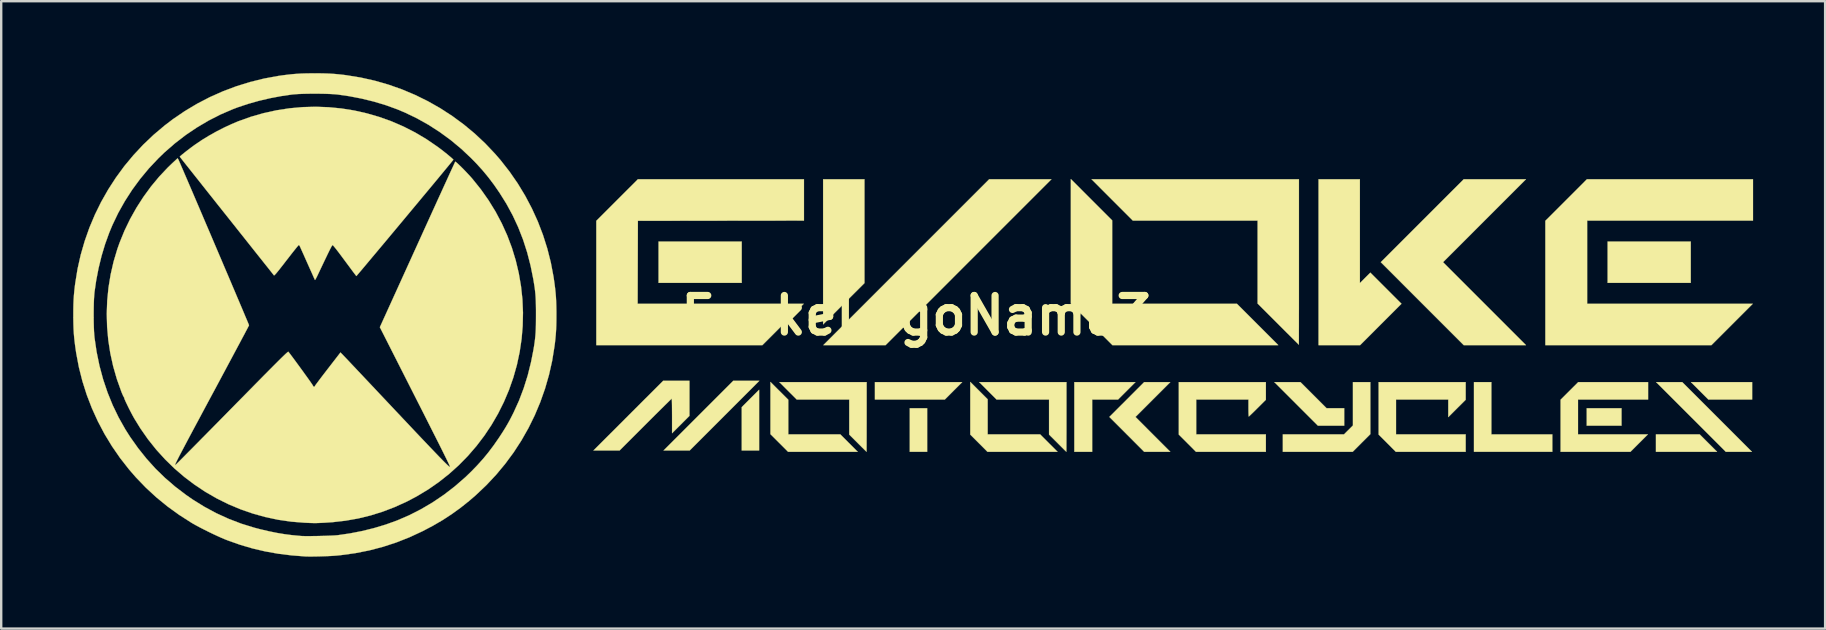
<source format=kicad_pcb>
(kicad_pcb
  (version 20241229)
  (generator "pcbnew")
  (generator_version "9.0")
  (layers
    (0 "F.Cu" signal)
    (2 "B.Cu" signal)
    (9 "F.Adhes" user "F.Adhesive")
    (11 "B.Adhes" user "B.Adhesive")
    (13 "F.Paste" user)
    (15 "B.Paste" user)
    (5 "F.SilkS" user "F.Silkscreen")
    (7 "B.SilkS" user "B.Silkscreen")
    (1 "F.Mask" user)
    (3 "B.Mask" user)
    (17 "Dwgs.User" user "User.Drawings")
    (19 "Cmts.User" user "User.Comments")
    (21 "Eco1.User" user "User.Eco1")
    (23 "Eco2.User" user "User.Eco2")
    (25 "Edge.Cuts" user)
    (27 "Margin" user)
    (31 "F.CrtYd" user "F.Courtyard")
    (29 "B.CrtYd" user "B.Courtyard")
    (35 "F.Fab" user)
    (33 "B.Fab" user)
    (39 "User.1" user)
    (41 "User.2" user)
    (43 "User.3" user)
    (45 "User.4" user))
  (footprint "EvokeLogoName3"
    (layer "F.Cu")
    (at 35.154 10.099)
    (property "Reference" "EvokeLogoName3" (at 0 0 0) (layer "F.SilkS") (effects (font (size 1.524 1.524) (thickness 0.3))))
    (attr through_hole)
    (fp_poly (pts (xy -7.293 -1.361) (xy -10.759 -1.361) (xy -10.759 -3.084) (xy -7.293 -3.084) (xy -7.293 -1.361)) (stroke (width 0.01) (type solid)) (fill yes) (layer "F.SilkS"))
    (fp_poly (pts (xy 0.435 5.679) (xy -0.29 5.679) (xy -0.29 3.864) (xy 0.435 3.864) (xy 0.435 5.679)) (stroke (width 0.01) (type solid)) (fill yes) (layer "F.SilkS"))
    (fp_poly (pts (xy 29.373 4.59) (xy 27.922 4.59) (xy 27.922 3.864) (xy 29.373 3.864) (xy 29.373 4.59)) (stroke (width 0.01) (type solid)) (fill yes) (layer "F.SilkS"))
    (fp_poly (pts (xy 32.258 -1.361) (xy 28.793 -1.361) (xy 28.793 -3.084) (xy 32.258 -3.084) (xy 32.258 -1.361)) (stroke (width 0.01) (type solid)) (fill yes) (layer "F.SilkS"))
    (fp_poly (pts (xy 33.355 5.679) (xy 30.807 5.679) (xy 30.807 4.953) (xy 32.63 4.953) (xy 33.355 5.679)) (stroke (width 0.01) (type solid)) (fill yes) (layer "F.SilkS"))
    (fp_poly (pts (xy 34.816 3.502) (xy 32.992 3.502) (xy 32.267 2.776) (xy 34.816 2.776) (xy 34.816 3.502)) (stroke (width 0.01) (type solid)) (fill yes) (layer "F.SilkS"))
    (fp_poly (pts (xy -6.568 5.624) (xy -7.293 5.624) (xy -7.293 3.819) (xy -6.931 3.456) (xy -6.568 3.094) (xy -6.568 5.624)) (stroke (width 0.01) (type solid)) (fill yes) (layer "F.SilkS"))
    (fp_poly (pts (xy -2.177 -1.351) (xy -3.039 -0.49) (xy -3.901 0.372) (xy -3.901 -5.679) (xy -2.177 -5.679) (xy -2.177 -1.351)) (stroke (width 0.01) (type solid)) (fill yes) (layer "F.SilkS"))
    (fp_poly (pts (xy 1.533 3.139) (xy 1.171 3.502) (xy -1.742 3.502) (xy -1.742 2.776) (xy 1.896 2.776) (xy 1.533 3.139)) (stroke (width 0.01) (type solid)) (fill yes) (layer "F.SilkS"))
    (fp_poly (pts (xy -8.01 4.173) (xy -9.461 5.624) (xy -10.55 5.624) (xy -9.099 4.173) (xy -7.647 2.721) (xy -6.559 2.721) (xy -8.01 4.173)) (stroke (width 0.01) (type solid)) (fill yes) (layer "F.SilkS"))
    (fp_poly (pts (xy 2.159 -2.223) (xy -1.297 1.234) (xy -3.892 1.234) (xy -0.435 -2.223) (xy 3.021 -5.679) (xy 5.615 -5.679) (xy 2.159 -2.223)) (stroke (width 0.01) (type solid)) (fill yes) (layer "F.SilkS"))
    (fp_poly (pts (xy 8.391 3.502) (xy 7.312 3.502) (xy 7.312 5.679) (xy 6.568 5.679) (xy 6.568 2.776) (xy 9.116 2.776) (xy 8.391 3.502)) (stroke (width 0.01) (type solid)) (fill yes) (layer "F.SilkS"))
    (fp_poly (pts (xy 17.081 3.864) (xy 17.816 3.864) (xy 17.816 4.59) (xy 16.719 4.59) (xy 14.904 2.776) (xy 15.993 2.776) (xy 17.081 3.864)) (stroke (width 0.01) (type solid)) (fill yes) (layer "F.SilkS"))
    (fp_poly (pts (xy 23.949 4.953) (xy 26.489 4.953) (xy 26.489 5.679) (xy 23.223 5.679) (xy 23.223 2.776) (xy 23.949 2.776) (xy 23.949 4.953)) (stroke (width 0.01) (type solid)) (fill yes) (layer "F.SilkS"))
    (fp_poly (pts (xy 33.356 4.227) (xy 34.807 5.679) (xy 33.718 5.679) (xy 32.267 4.227) (xy 30.816 2.776) (xy 31.904 2.776) (xy 33.356 4.227)) (stroke (width 0.01) (type solid)) (fill yes) (layer "F.SilkS"))
    (fp_poly (pts (xy 2.957 3.492) (xy 2.957 4.953) (xy 5.144 4.953) (xy 5.869 5.679) (xy 2.948 5.679) (xy 2.59 5.32) (xy 2.232 4.962) (xy 2.232 2.767) (xy 2.957 3.492)) (stroke (width 0.01) (type solid)) (fill yes) (layer "F.SilkS"))
    (fp_poly (pts (xy 18.469 -1.352) (xy 18.905 -1.787) (xy 20.202 -0.49) (xy 19.34 0.372) (xy 18.479 1.234) (xy 16.746 1.234) (xy 16.746 -5.679) (xy 18.469 -5.679) (xy 18.469 -1.352)) (stroke (width 0.01) (type solid)) (fill yes) (layer "F.SilkS"))
    (fp_poly (pts (xy -5.724 3.139) (xy -5.352 3.51) (xy -5.352 4.953) (xy -3.184 4.953) (xy -2.459 5.679) (xy -5.362 5.679) (xy -5.729 5.311) (xy -6.096 4.944) (xy -6.096 2.767) (xy -5.724 3.139)) (stroke (width 0.01) (type solid)) (fill yes) (layer "F.SilkS"))
    (fp_poly (pts (xy 9.842 3.502) (xy 9.117 4.227) (xy 10.568 5.679) (xy 9.479 5.679) (xy 8.754 4.953) (xy 8.028 4.227) (xy 8.754 3.502) (xy 9.479 2.776) (xy 10.568 2.776) (xy 9.842 3.502)) (stroke (width 0.01) (type solid)) (fill yes) (layer "F.SilkS"))
    (fp_poly (pts (xy 18.905 4.944) (xy 18.537 5.311) (xy 18.17 5.679) (xy 15.258 5.679) (xy 15.258 4.953) (xy 17.807 4.953) (xy 18.179 4.582) (xy 18.179 2.776) (xy 18.905 2.776) (xy 18.905 4.944)) (stroke (width 0.01) (type solid)) (fill yes) (layer "F.SilkS"))
    (fp_poly (pts (xy 7.284 -4.826) (xy 8.146 -3.964) (xy 8.146 -0.49) (xy 13.344 -0.49) (xy 14.206 0.372) (xy 15.068 1.234) (xy 8.155 1.234) (xy 7.289 0.367) (xy 6.423 -0.499) (xy 6.423 -5.688) (xy 7.284 -4.826)) (stroke (width 0.01) (type solid)) (fill yes) (layer "F.SilkS"))
    (fp_poly (pts (xy 23.663 -3.951) (xy 21.935 -2.222) (xy 23.663 -0.494) (xy 25.391 1.234) (xy 22.796 1.234) (xy 21.068 -0.494) (xy 19.34 -2.223) (xy 21.068 -3.951) (xy 22.797 -5.679) (xy 25.391 -5.679) (xy 23.663 -3.951)) (stroke (width 0.01) (type solid)) (fill yes) (layer "F.SilkS"))
    (fp_poly (pts (xy 30.48 3.502) (xy 27.559 3.502) (xy 27.559 4.953) (xy 30.471 4.953) (xy 30.108 5.316) (xy 29.746 5.679) (xy 26.833 5.679) (xy 26.833 3.51) (xy 27.568 2.776) (xy 30.48 2.776) (xy 30.48 3.502)) (stroke (width 0.01) (type solid)) (fill yes) (layer "F.SilkS"))
    (fp_poly (pts (xy 34.852 -3.955) (xy 27.94 -3.955) (xy 27.94 -0.49) (xy 34.843 -0.49) (xy 33.982 0.372) (xy 33.12 1.234) (xy 26.198 1.234) (xy 26.198 -3.946) (xy 27.065 -4.812) (xy 27.931 -5.679) (xy 34.852 -5.679) (xy 34.852 -3.955)) (stroke (width 0.01) (type solid)) (fill yes) (layer "F.SilkS"))
    (fp_poly (pts (xy 22.878 3.511) (xy 22.152 4.236) (xy 22.152 3.502) (xy 19.975 3.502) (xy 19.975 4.953) (xy 22.878 4.953) (xy 22.878 5.679) (xy 19.966 5.679) (xy 19.608 5.32) (xy 19.25 4.962) (xy 19.25 2.776) (xy 22.878 2.776) (xy 22.878 3.511)) (stroke (width 0.01) (type solid)) (fill yes) (layer "F.SilkS"))
    (fp_poly (pts (xy -4.699 -3.955) (xy -8.16 -3.951) (xy -11.62 -3.946) (xy -11.625 -2.218) (xy -11.63 -0.49) (xy -4.708 -0.49) (xy -5.57 0.372) (xy -6.431 1.234) (xy -13.353 1.234) (xy -13.353 -3.946) (xy -12.487 -4.812) (xy -11.62 -5.679) (xy -4.699 -5.679) (xy -4.699 -3.955)) (stroke (width 0.01) (type solid)) (fill yes) (layer "F.SilkS"))
    (fp_poly (pts (xy -2.086 4.227) (xy -2.086 4.453) (xy -2.087 4.668) (xy -2.087 4.87) (xy -2.087 5.056) (xy -2.088 5.222) (xy -2.088 5.367) (xy -2.089 5.488) (xy -2.089 5.581) (xy -2.09 5.645) (xy -2.091 5.676) (xy -2.091 5.679) (xy -2.105 5.666) (xy -2.14 5.632) (xy -2.195 5.578) (xy -2.266 5.508) (xy -2.349 5.425) (xy -2.441 5.333) (xy -2.454 5.32) (xy -2.812 4.962) (xy -2.812 3.502) (xy -4.999 3.502) (xy -5.724 2.776) (xy -2.086 2.776) (xy -2.086 4.227)) (stroke (width 0.01) (type solid)) (fill yes) (layer "F.SilkS"))
    (fp_poly (pts (xy 6.241 4.227) (xy 6.241 4.453) (xy 6.241 4.668) (xy 6.241 4.87) (xy 6.24 5.056) (xy 6.24 5.222) (xy 6.239 5.367) (xy 6.239 5.488) (xy 6.238 5.581) (xy 6.237 5.645) (xy 6.237 5.676) (xy 6.236 5.679) (xy 6.223 5.666) (xy 6.187 5.632) (xy 6.132 5.578) (xy 6.062 5.508) (xy 5.979 5.425) (xy 5.887 5.333) (xy 5.874 5.32) (xy 5.515 4.962) (xy 5.515 3.502) (xy 3.329 3.502) (xy 2.604 2.776) (xy 6.241 2.776) (xy 6.241 4.227)) (stroke (width 0.01) (type solid)) (fill yes) (layer "F.SilkS"))
    (fp_poly (pts (xy 14.551 3.511) (xy 14.201 3.86) (xy 14.109 3.952) (xy 14.025 4.035) (xy 13.952 4.105) (xy 13.895 4.16) (xy 13.856 4.196) (xy 13.839 4.209) (xy 13.838 4.209) (xy 13.834 4.192) (xy 13.831 4.144) (xy 13.828 4.071) (xy 13.826 3.978) (xy 13.825 3.87) (xy 13.825 3.855) (xy 13.825 3.502) (xy 11.648 3.502) (xy 11.648 4.953) (xy 14.551 4.953) (xy 14.551 5.679) (xy 11.638 5.679) (xy 11.28 5.32) (xy 10.922 4.962) (xy 10.922 2.776) (xy 14.551 2.776) (xy 14.551 3.511)) (stroke (width 0.01) (type solid)) (fill yes) (layer "F.SilkS"))
    (fp_poly (pts (xy -9.471 4.182) (xy -9.833 4.545) (xy -10.196 4.907) (xy -10.196 4.186) (xy -10.197 4.029) (xy -10.198 3.883) (xy -10.199 3.753) (xy -10.201 3.642) (xy -10.203 3.555) (xy -10.206 3.496) (xy -10.209 3.467) (xy -10.21 3.465) (xy -10.225 3.478) (xy -10.263 3.514) (xy -10.323 3.572) (xy -10.403 3.651) (xy -10.501 3.747) (xy -10.615 3.86) (xy -10.744 3.988) (xy -10.885 4.127) (xy -11.036 4.278) (xy -11.195 4.437) (xy -11.303 4.545) (xy -12.382 5.624) (xy -13.471 5.624) (xy -12.02 4.173) (xy -10.568 2.721) (xy -9.471 2.721) (xy -9.471 4.182)) (stroke (width 0.01) (type solid)) (fill yes) (layer "F.SilkS"))
    (fp_poly (pts (xy 15.929 -2.232) (xy 15.929 -1.881) (xy 15.929 -1.54) (xy 15.929 -1.21) (xy 15.929 -0.894) (xy 15.929 -0.593) (xy 15.929 -0.309) (xy 15.928 -0.044) (xy 15.928 0.201) (xy 15.928 0.424) (xy 15.927 0.623) (xy 15.927 0.796) (xy 15.927 0.942) (xy 15.926 1.059) (xy 15.926 1.144) (xy 15.925 1.197) (xy 15.925 1.216) (xy 15.925 1.216) (xy 15.912 1.203) (xy 15.875 1.167) (xy 15.817 1.109) (xy 15.739 1.033) (xy 15.644 0.938) (xy 15.535 0.829) (xy 15.412 0.707) (xy 15.278 0.573) (xy 15.136 0.431) (xy 15.063 0.358) (xy 14.206 -0.499) (xy 14.206 -3.955) (xy 9.008 -3.955) (xy 8.146 -4.817) (xy 7.285 -5.679) (xy 15.929 -5.679) (xy 15.929 -2.232)) (stroke (width 0.01) (type solid)) (fill yes) (layer "F.SilkS"))
    (fp_poly (pts (xy -24.513 -8.681) (xy -23.975 -8.629) (xy -23.441 -8.544) (xy -22.914 -8.425) (xy -22.394 -8.274) (xy -21.884 -8.091) (xy -21.385 -7.875) (xy -20.899 -7.627) (xy -20.428 -7.347) (xy -19.973 -7.036) (xy -19.859 -6.951) (xy -19.76 -6.876) (xy -19.662 -6.798) (xy -19.568 -6.723) (xy -19.483 -6.652) (xy -19.41 -6.591) (xy -19.354 -6.541) (xy -19.32 -6.508) (xy -19.309 -6.493) (xy -19.322 -6.477) (xy -19.356 -6.434) (xy -19.41 -6.368) (xy -19.483 -6.279) (xy -19.574 -6.169) (xy -19.681 -6.04) (xy -19.802 -5.893) (xy -19.936 -5.731) (xy -20.082 -5.555) (xy -20.238 -5.367) (xy -20.403 -5.169) (xy -20.576 -4.962) (xy -20.754 -4.747) (xy -20.937 -4.528) (xy -21.123 -4.305) (xy -21.31 -4.08) (xy -21.498 -3.855) (xy -21.684 -3.632) (xy -21.868 -3.412) (xy -22.047 -3.197) (xy -22.221 -2.989) (xy -22.388 -2.79) (xy -22.546 -2.601) (xy -22.695 -2.424) (xy -22.832 -2.26) (xy -22.956 -2.112) (xy -23.066 -1.981) (xy -23.16 -1.869) (xy -23.238 -1.778) (xy -23.296 -1.709) (xy -23.335 -1.664) (xy -23.352 -1.645) (xy -23.353 -1.645) (xy -23.366 -1.66) (xy -23.398 -1.702) (xy -23.448 -1.767) (xy -23.512 -1.852) (xy -23.588 -1.955) (xy -23.675 -2.072) (xy -23.77 -2.2) (xy -23.841 -2.296) (xy -23.975 -2.476) (xy -24.088 -2.627) (xy -24.181 -2.748) (xy -24.254 -2.839) (xy -24.305 -2.9) (xy -24.337 -2.931) (xy -24.345 -2.935) (xy -24.354 -2.928) (xy -24.368 -2.909) (xy -24.388 -2.876) (xy -24.415 -2.826) (xy -24.45 -2.758) (xy -24.494 -2.67) (xy -24.548 -2.56) (xy -24.612 -2.426) (xy -24.689 -2.266) (xy -24.778 -2.079) (xy -24.881 -1.862) (xy -24.967 -1.68) (xy -25.005 -1.602) (xy -25.038 -1.539) (xy -25.063 -1.496) (xy -25.077 -1.48) (xy -25.078 -1.481) (xy -25.087 -1.5) (xy -25.11 -1.549) (xy -25.144 -1.624) (xy -25.187 -1.722) (xy -25.239 -1.838) (xy -25.298 -1.969) (xy -25.362 -2.112) (xy -25.387 -2.168) (xy -25.453 -2.316) (xy -25.515 -2.455) (xy -25.571 -2.581) (xy -25.621 -2.691) (xy -25.661 -2.781) (xy -25.69 -2.846) (xy -25.707 -2.884) (xy -25.709 -2.889) (xy -25.732 -2.924) (xy -25.752 -2.938) (xy -25.767 -2.924) (xy -25.802 -2.884) (xy -25.854 -2.821) (xy -25.921 -2.738) (xy -26.001 -2.638) (xy -26.091 -2.523) (xy -26.189 -2.396) (xy -26.27 -2.293) (xy -26.392 -2.134) (xy -26.495 -2.003) (xy -26.579 -1.896) (xy -26.646 -1.813) (xy -26.698 -1.751) (xy -26.737 -1.708) (xy -26.764 -1.682) (xy -26.78 -1.672) (xy -26.787 -1.673) (xy -26.8 -1.69) (xy -26.835 -1.734) (xy -26.889 -1.803) (xy -26.963 -1.896) (xy -27.055 -2.012) (xy -27.164 -2.148) (xy -27.288 -2.305) (xy -27.427 -2.479) (xy -27.579 -2.67) (xy -27.743 -2.877) (xy -27.918 -3.097) (xy -28.102 -3.329) (xy -28.296 -3.572) (xy -28.496 -3.825) (xy -28.703 -4.085) (xy -28.756 -4.152) (xy -28.965 -4.414) (xy -29.167 -4.668) (xy -29.361 -4.913) (xy -29.548 -5.148) (xy -29.724 -5.37) (xy -29.89 -5.58) (xy -30.044 -5.774) (xy -30.185 -5.952) (xy -30.312 -6.112) (xy -30.424 -6.253) (xy -30.519 -6.373) (xy -30.596 -6.471) (xy -30.654 -6.545) (xy -30.693 -6.594) (xy -30.71 -6.617) (xy -30.711 -6.618) (xy -30.699 -6.634) (xy -30.662 -6.668) (xy -30.603 -6.718) (xy -30.528 -6.778) (xy -30.44 -6.848) (xy -30.343 -6.922) (xy -30.242 -6.999) (xy -30.14 -7.074) (xy -30.061 -7.131) (xy -29.793 -7.312) (xy -29.498 -7.493) (xy -29.186 -7.668) (xy -28.865 -7.832) (xy -28.545 -7.981) (xy -28.267 -8.098) (xy -27.744 -8.284) (xy -27.213 -8.436) (xy -26.678 -8.553) (xy -26.138 -8.636) (xy -25.596 -8.685) (xy -25.054 -8.7) (xy -24.513 -8.681)) (stroke (width 0.01) (type solid)) (fill yes) (layer "F.SilkS"))
    (fp_poly (pts (xy -24.847 -10.092) (xy -24.638 -10.088) (xy -24.447 -10.08) (xy -24.265 -10.068) (xy -24.082 -10.051) (xy -23.89 -10.03) (xy -23.767 -10.014) (xy -23.172 -9.917) (xy -22.586 -9.786) (xy -22.012 -9.621) (xy -21.45 -9.423) (xy -20.902 -9.192) (xy -20.37 -8.93) (xy -19.854 -8.637) (xy -19.356 -8.314) (xy -18.877 -7.962) (xy -18.418 -7.581) (xy -17.981 -7.171) (xy -17.568 -6.735) (xy -17.341 -6.472) (xy -16.969 -5.997) (xy -16.627 -5.503) (xy -16.317 -4.991) (xy -16.038 -4.462) (xy -15.79 -3.918) (xy -15.576 -3.36) (xy -15.395 -2.789) (xy -15.248 -2.207) (xy -15.136 -1.616) (xy -15.097 -1.349) (xy -15.071 -1.145) (xy -15.051 -0.957) (xy -15.036 -0.776) (xy -15.026 -0.593) (xy -15.02 -0.398) (xy -15.016 -0.182) (xy -15.016 -0.027) (xy -15.017 0.207) (xy -15.021 0.414) (xy -15.029 0.604) (xy -15.041 0.785) (xy -15.058 0.967) (xy -15.079 1.16) (xy -15.097 1.294) (xy -15.193 1.889) (xy -15.325 2.474) (xy -15.49 3.048) (xy -15.688 3.609) (xy -15.918 4.156) (xy -16.18 4.688) (xy -16.473 5.204) (xy -16.796 5.702) (xy -17.149 6.18) (xy -17.531 6.639) (xy -17.94 7.075) (xy -18.377 7.489) (xy -18.64 7.716) (xy -19.007 8.009) (xy -19.376 8.276) (xy -19.756 8.524) (xy -20.155 8.757) (xy -20.582 8.982) (xy -20.592 8.987) (xy -21.136 9.24) (xy -21.686 9.457) (xy -22.246 9.64) (xy -22.816 9.789) (xy -23.399 9.904) (xy -23.995 9.986) (xy -24.181 10.005) (xy -24.288 10.013) (xy -24.421 10.021) (xy -24.571 10.028) (xy -24.731 10.034) (xy -24.895 10.039) (xy -25.054 10.042) (xy -25.202 10.044) (xy -25.332 10.044) (xy -25.436 10.042) (xy -25.473 10.041) (xy -26.054 9.996) (xy -26.613 9.927) (xy -27.154 9.83) (xy -27.68 9.707) (xy -28.196 9.555) (xy -28.706 9.375) (xy -28.831 9.326) (xy -28.971 9.267) (xy -29.133 9.194) (xy -29.31 9.112) (xy -29.496 9.022) (xy -29.681 8.93) (xy -29.859 8.839) (xy -30.022 8.752) (xy -30.163 8.673) (xy -30.226 8.636) (xy -30.741 8.306) (xy -31.228 7.954) (xy -31.688 7.578) (xy -32.123 7.177) (xy -32.535 6.75) (xy -32.824 6.417) (xy -33.196 5.943) (xy -33.537 5.449) (xy -33.848 4.937) (xy -34.127 4.408) (xy -34.374 3.864) (xy -34.589 3.306) (xy -34.77 2.735) (xy -34.917 2.153) (xy -35.029 1.562) (xy -35.068 1.294) (xy -35.094 1.09) (xy -35.114 0.902) (xy -35.129 0.721) (xy -35.139 0.538) (xy -35.145 0.344) (xy -35.149 0.128) (xy -35.149 -0.027) (xy -35.149 -0.12) (xy -34.3 -0.12) (xy -34.3 0.086) (xy -34.298 0.288) (xy -34.293 0.48) (xy -34.286 0.654) (xy -34.276 0.806) (xy -34.266 0.916) (xy -34.178 1.516) (xy -34.058 2.097) (xy -33.906 2.662) (xy -33.722 3.208) (xy -33.507 3.738) (xy -33.26 4.249) (xy -32.982 4.743) (xy -32.779 5.062) (xy -32.447 5.53) (xy -32.096 5.969) (xy -31.724 6.381) (xy -31.327 6.767) (xy -30.905 7.131) (xy -30.454 7.474) (xy -30.171 7.67) (xy -29.688 7.97) (xy -29.19 8.238) (xy -28.678 8.472) (xy -28.151 8.674) (xy -27.608 8.842) (xy -27.357 8.908) (xy -26.997 8.992) (xy -26.663 9.06) (xy -26.349 9.112) (xy -26.049 9.151) (xy -25.944 9.161) (xy -25.853 9.17) (xy -25.767 9.178) (xy -25.699 9.184) (xy -25.663 9.188) (xy -25.6 9.191) (xy -25.506 9.193) (xy -25.387 9.194) (xy -25.249 9.193) (xy -25.098 9.192) (xy -24.939 9.189) (xy -24.779 9.185) (xy -24.623 9.181) (xy -24.476 9.175) (xy -24.345 9.17) (xy -24.235 9.164) (xy -24.151 9.157) (xy -24.13 9.155) (xy -23.622 9.081) (xy -23.113 8.982) (xy -22.613 8.858) (xy -22.128 8.712) (xy -21.667 8.546) (xy -21.661 8.544) (xy -21.151 8.324) (xy -20.653 8.07) (xy -20.168 7.784) (xy -19.7 7.467) (xy -19.249 7.12) (xy -18.818 6.745) (xy -18.559 6.496) (xy -18.304 6.232) (xy -18.069 5.97) (xy -17.849 5.702) (xy -17.635 5.418) (xy -17.421 5.111) (xy -17.357 5.014) (xy -17.244 4.84) (xy -17.147 4.684) (xy -17.059 4.535) (xy -16.974 4.383) (xy -16.888 4.218) (xy -16.797 4.037) (xy -16.574 3.546) (xy -16.379 3.031) (xy -16.211 2.495) (xy -16.072 1.936) (xy -15.975 1.442) (xy -15.947 1.276) (xy -15.925 1.126) (xy -15.907 0.987) (xy -15.893 0.851) (xy -15.882 0.713) (xy -15.875 0.565) (xy -15.87 0.401) (xy -15.868 0.215) (xy -15.867 0.000443) (xy -15.867 -0.027) (xy -15.867 -0.246) (xy -15.87 -0.435) (xy -15.874 -0.601) (xy -15.881 -0.75) (xy -15.891 -0.889) (xy -15.905 -1.025) (xy -15.922 -1.164) (xy -15.945 -1.312) (xy -15.972 -1.476) (xy -15.975 -1.497) (xy -16.091 -2.074) (xy -16.234 -2.629) (xy -16.406 -3.164) (xy -16.608 -3.68) (xy -16.84 -4.179) (xy -17.102 -4.661) (xy -17.386 -5.115) (xy -17.618 -5.451) (xy -17.852 -5.76) (xy -18.095 -6.054) (xy -18.356 -6.341) (xy -18.56 -6.55) (xy -18.975 -6.941) (xy -19.412 -7.305) (xy -19.869 -7.64) (xy -20.342 -7.946) (xy -20.832 -8.22) (xy -21.334 -8.461) (xy -21.661 -8.598) (xy -22.131 -8.768) (xy -22.625 -8.916) (xy -23.135 -9.041) (xy -23.655 -9.141) (xy -24.139 -9.211) (xy -24.263 -9.222) (xy -24.417 -9.231) (xy -24.594 -9.238) (xy -24.787 -9.243) (xy -24.99 -9.245) (xy -25.195 -9.245) (xy -25.398 -9.243) (xy -25.589 -9.238) (xy -25.764 -9.231) (xy -25.915 -9.221) (xy -26.026 -9.211) (xy -26.487 -9.144) (xy -26.952 -9.056) (xy -27.413 -8.948) (xy -27.862 -8.821) (xy -28.29 -8.679) (xy -28.503 -8.598) (xy -29.014 -8.378) (xy -29.512 -8.124) (xy -29.996 -7.838) (xy -30.465 -7.522) (xy -30.915 -7.175) (xy -31.345 -6.801) (xy -31.605 -6.55) (xy -31.997 -6.134) (xy -32.361 -5.696) (xy -32.697 -5.239) (xy -33.002 -4.765) (xy -33.277 -4.275) (xy -33.518 -3.772) (xy -33.653 -3.448) (xy -33.823 -2.978) (xy -33.971 -2.485) (xy -34.096 -1.974) (xy -34.196 -1.455) (xy -34.266 -0.971) (xy -34.277 -0.846) (xy -34.287 -0.692) (xy -34.294 -0.516) (xy -34.298 -0.323) (xy -34.3 -0.12) (xy -35.149 -0.12) (xy -35.148 -0.261) (xy -35.144 -0.468) (xy -35.136 -0.658) (xy -35.124 -0.839) (xy -35.107 -1.022) (xy -35.086 -1.214) (xy -35.068 -1.349) (xy -34.972 -1.942) (xy -34.841 -2.526) (xy -34.676 -3.098) (xy -34.479 -3.658) (xy -34.249 -4.204) (xy -33.988 -4.735) (xy -33.696 -5.249) (xy -33.375 -5.745) (xy -33.025 -6.223) (xy -32.646 -6.679) (xy -32.24 -7.115) (xy -31.807 -7.527) (xy -31.349 -7.914) (xy -30.995 -8.184) (xy -30.501 -8.52) (xy -29.989 -8.826) (xy -29.459 -9.101) (xy -28.913 -9.344) (xy -28.354 -9.554) (xy -27.782 -9.731) (xy -27.2 -9.875) (xy -26.609 -9.984) (xy -26.398 -10.014) (xy -26.195 -10.039) (xy -26.008 -10.059) (xy -25.826 -10.073) (xy -25.642 -10.084) (xy -25.445 -10.09) (xy -25.226 -10.093) (xy -25.082 -10.094) (xy -24.847 -10.092)) (stroke (width 0.01) (type solid)) (fill yes) (layer "F.SilkS"))
    (fp_poly (pts (xy -30.77 -6.502) (xy -30.76 -6.48) (xy -30.736 -6.427) (xy -30.7 -6.345) (xy -30.653 -6.235) (xy -30.594 -6.099) (xy -30.526 -5.94) (xy -30.448 -5.759) (xy -30.362 -5.559) (xy -30.268 -5.34) (xy -30.167 -5.105) (xy -30.061 -4.856) (xy -29.949 -4.595) (xy -29.833 -4.324) (xy -29.714 -4.044) (xy -29.592 -3.758) (xy -29.467 -3.467) (xy -29.342 -3.173) (xy -29.217 -2.879) (xy -29.092 -2.585) (xy -28.968 -2.295) (xy -28.847 -2.009) (xy -28.728 -1.731) (xy -28.613 -1.461) (xy -28.503 -1.201) (xy -28.398 -0.954) (xy -28.3 -0.722) (xy -28.208 -0.506) (xy -28.124 -0.308) (xy -28.049 -0.13) (xy -27.984 0.026) (xy -27.928 0.157) (xy -27.884 0.263) (xy -27.851 0.341) (xy -27.832 0.39) (xy -27.826 0.407) (xy -27.834 0.425) (xy -27.859 0.473) (xy -27.899 0.55) (xy -27.954 0.654) (xy -28.022 0.783) (xy -28.104 0.936) (xy -28.197 1.112) (xy -28.302 1.308) (xy -28.417 1.523) (xy -28.541 1.755) (xy -28.674 2.003) (xy -28.814 2.266) (xy -28.961 2.54) (xy -29.114 2.826) (xy -29.272 3.121) (xy -29.345 3.256) (xy -29.541 3.62) (xy -29.72 3.955) (xy -29.883 4.26) (xy -30.032 4.537) (xy -30.166 4.787) (xy -30.286 5.012) (xy -30.393 5.213) (xy -30.487 5.391) (xy -30.57 5.548) (xy -30.642 5.684) (xy -30.704 5.802) (xy -30.756 5.903) (xy -30.799 5.987) (xy -30.833 6.057) (xy -30.861 6.113) (xy -30.881 6.156) (xy -30.895 6.189) (xy -30.904 6.213) (xy -30.908 6.228) (xy -30.907 6.236) (xy -30.906 6.238) (xy -30.903 6.236) (xy -30.892 6.228) (xy -30.875 6.212) (xy -30.85 6.188) (xy -30.815 6.154) (xy -30.771 6.111) (xy -30.716 6.056) (xy -30.65 5.99) (xy -30.571 5.911) (xy -30.479 5.818) (xy -30.372 5.71) (xy -30.25 5.587) (xy -30.112 5.448) (xy -29.957 5.291) (xy -29.785 5.116) (xy -29.593 4.922) (xy -29.382 4.708) (xy -29.15 4.473) (xy -28.897 4.216) (xy -28.622 3.936) (xy -28.324 3.633) (xy -28.001 3.306) (xy -27.823 3.125) (xy -27.579 2.877) (xy -27.36 2.655) (xy -27.164 2.456) (xy -26.989 2.28) (xy -26.836 2.126) (xy -26.702 1.992) (xy -26.586 1.876) (xy -26.488 1.779) (xy -26.406 1.699) (xy -26.339 1.635) (xy -26.286 1.585) (xy -26.245 1.549) (xy -26.216 1.525) (xy -26.198 1.512) (xy -26.188 1.509) (xy -26.187 1.51) (xy -26.165 1.537) (xy -26.124 1.589) (xy -26.068 1.663) (xy -25.999 1.755) (xy -25.921 1.861) (xy -25.835 1.978) (xy -25.745 2.101) (xy -25.652 2.228) (xy -25.561 2.353) (xy -25.474 2.475) (xy -25.392 2.588) (xy -25.32 2.689) (xy -25.26 2.774) (xy -25.214 2.841) (xy -25.185 2.884) (xy -25.177 2.897) (xy -25.145 2.952) (xy -25.117 2.973) (xy -25.093 2.959) (xy -25.078 2.932) (xy -25.063 2.909) (xy -25.028 2.861) (xy -24.975 2.79) (xy -24.907 2.699) (xy -24.826 2.592) (xy -24.734 2.471) (xy -24.634 2.341) (xy -24.536 2.214) (xy -24.015 1.54) (xy -23.911 1.645) (xy -23.888 1.67) (xy -23.841 1.719) (xy -23.771 1.792) (xy -23.681 1.887) (xy -23.572 2.003) (xy -23.444 2.138) (xy -23.3 2.291) (xy -23.14 2.46) (xy -22.967 2.644) (xy -22.78 2.842) (xy -22.582 3.052) (xy -22.375 3.272) (xy -22.158 3.502) (xy -21.935 3.739) (xy -21.705 3.983) (xy -21.671 4.019) (xy -21.388 4.319) (xy -21.128 4.594) (xy -20.892 4.845) (xy -20.677 5.072) (xy -20.483 5.276) (xy -20.31 5.458) (xy -20.155 5.62) (xy -20.019 5.762) (xy -19.9 5.886) (xy -19.797 5.991) (xy -19.71 6.08) (xy -19.637 6.152) (xy -19.577 6.21) (xy -19.53 6.254) (xy -19.495 6.285) (xy -19.47 6.304) (xy -19.455 6.312) (xy -19.449 6.309) (xy -19.449 6.307) (xy -19.452 6.295) (xy -19.461 6.27) (xy -19.478 6.232) (xy -19.501 6.18) (xy -19.533 6.113) (xy -19.574 6.028) (xy -19.624 5.926) (xy -19.684 5.805) (xy -19.754 5.663) (xy -19.836 5.499) (xy -19.929 5.313) (xy -20.035 5.103) (xy -20.154 4.868) (xy -20.286 4.606) (xy -20.432 4.317) (xy -20.593 3.998) (xy -20.77 3.65) (xy -20.945 3.305) (xy -22.374 0.487) (xy -20.81 -2.954) (xy -20.658 -3.289) (xy -20.51 -3.615) (xy -20.366 -3.931) (xy -20.228 -4.235) (xy -20.095 -4.526) (xy -19.97 -4.802) (xy -19.851 -5.061) (xy -19.741 -5.303) (xy -19.64 -5.524) (xy -19.548 -5.725) (xy -19.467 -5.903) (xy -19.396 -6.057) (xy -19.337 -6.185) (xy -19.29 -6.286) (xy -19.257 -6.359) (xy -19.237 -6.401) (xy -19.232 -6.411) (xy -19.214 -6.404) (xy -19.176 -6.374) (xy -19.12 -6.324) (xy -19.051 -6.258) (xy -18.971 -6.18) (xy -18.884 -6.093) (xy -18.794 -6) (xy -18.705 -5.905) (xy -18.619 -5.813) (xy -18.541 -5.725) (xy -18.517 -5.697) (xy -18.164 -5.258) (xy -17.842 -4.801) (xy -17.551 -4.328) (xy -17.292 -3.839) (xy -17.065 -3.337) (xy -16.871 -2.823) (xy -16.711 -2.298) (xy -16.584 -1.764) (xy -16.491 -1.223) (xy -16.432 -0.674) (xy -16.409 -0.121) (xy -16.421 0.436) (xy -16.466 0.971) (xy -16.547 1.519) (xy -16.662 2.058) (xy -16.811 2.586) (xy -16.992 3.101) (xy -17.204 3.602) (xy -17.447 4.088) (xy -17.719 4.557) (xy -18.02 5.008) (xy -18.348 5.439) (xy -18.702 5.849) (xy -19.082 6.237) (xy -19.487 6.601) (xy -19.915 6.94) (xy -20.366 7.253) (xy -20.838 7.537) (xy -21.254 7.756) (xy -21.753 7.982) (xy -22.254 8.174) (xy -22.76 8.332) (xy -23.276 8.458) (xy -23.803 8.551) (xy -24.346 8.613) (xy -24.694 8.636) (xy -24.822 8.642) (xy -24.923 8.646) (xy -25.007 8.649) (xy -25.082 8.65) (xy -25.156 8.649) (xy -25.238 8.647) (xy -25.335 8.643) (xy -25.457 8.638) (xy -25.518 8.635) (xy -26.069 8.591) (xy -26.613 8.512) (xy -27.148 8.398) (xy -27.672 8.252) (xy -28.185 8.074) (xy -28.685 7.864) (xy -29.17 7.623) (xy -29.639 7.353) (xy -30.09 7.054) (xy -30.523 6.727) (xy -30.936 6.373) (xy -31.326 5.992) (xy -31.694 5.587) (xy -32.037 5.157) (xy -32.354 4.703) (xy -32.605 4.295) (xy -32.658 4.201) (xy -32.715 4.096) (xy -32.773 3.984) (xy -32.831 3.871) (xy -32.885 3.761) (xy -32.934 3.659) (xy -32.976 3.57) (xy -33.007 3.499) (xy -33.025 3.45) (xy -33.029 3.429) (xy -33.03 3.412) (xy -33.036 3.411) (xy -33.048 3.395) (xy -33.071 3.351) (xy -33.101 3.285) (xy -33.135 3.204) (xy -33.148 3.17) (xy -33.335 2.646) (xy -33.488 2.113) (xy -33.607 1.573) (xy -33.691 1.028) (xy -33.74 0.479) (xy -33.755 -0.071) (xy -33.736 -0.62) (xy -33.682 -1.167) (xy -33.593 -1.71) (xy -33.47 -2.247) (xy -33.312 -2.776) (xy -33.217 -3.043) (xy -33.016 -3.536) (xy -32.783 -4.018) (xy -32.52 -4.487) (xy -32.23 -4.939) (xy -31.915 -5.371) (xy -31.576 -5.78) (xy -31.217 -6.162) (xy -31.027 -6.345) (xy -30.802 -6.554) (xy -30.77 -6.502)) (stroke (width 0.01) (type solid)) (fill yes) (layer "F.SilkS")))
  (gr_rect
    (start -3 -3)
    (end 73.012 23.148)
    (stroke (width 0.1) (type default))
    (fill no)
    (layer "Edge.Cuts")))
</source>
